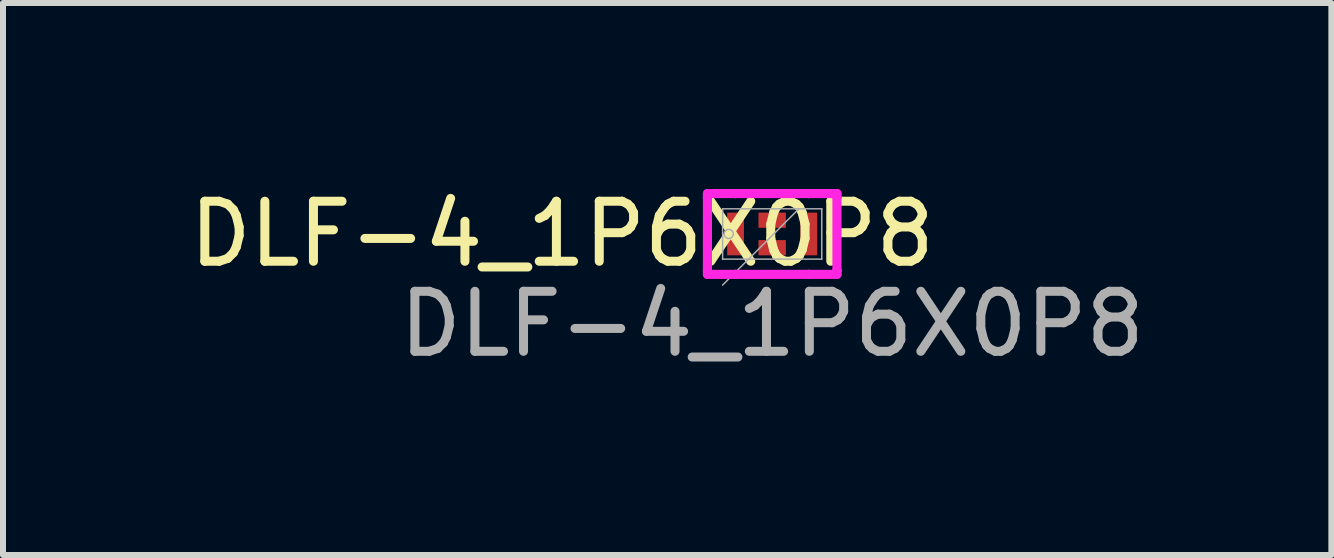
<source format=kicad_pcb>
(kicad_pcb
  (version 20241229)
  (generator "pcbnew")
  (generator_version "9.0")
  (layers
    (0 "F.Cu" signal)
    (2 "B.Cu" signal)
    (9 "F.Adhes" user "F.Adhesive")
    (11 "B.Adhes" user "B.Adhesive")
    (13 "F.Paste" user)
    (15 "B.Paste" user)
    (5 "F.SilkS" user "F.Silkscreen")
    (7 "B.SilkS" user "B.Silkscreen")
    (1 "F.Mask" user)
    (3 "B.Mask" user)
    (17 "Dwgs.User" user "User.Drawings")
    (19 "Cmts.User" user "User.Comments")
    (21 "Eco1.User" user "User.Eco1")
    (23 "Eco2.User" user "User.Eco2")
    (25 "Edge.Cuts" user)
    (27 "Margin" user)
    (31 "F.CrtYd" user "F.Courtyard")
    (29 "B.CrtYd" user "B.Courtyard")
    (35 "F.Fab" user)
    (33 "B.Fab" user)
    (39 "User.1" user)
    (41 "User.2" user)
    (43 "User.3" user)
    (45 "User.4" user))
  (footprint "DLF-4_1P6X0P8"
    (layer "F.Cu")
    (at 9.815 0.848)
    (property "Reference" "DLF-4_1P6X0P8" (at -3.5 0 0) (unlocked yes) (layer "F.SilkS") (effects (font (size 1 1) (thickness 0.15))))
    (attr smd)
    (fp_line (start -1.079 -0.673) (end -0.61 -0.673) (stroke (width 0.152) (type solid)) (layer "F.CrtYd"))
    (fp_line (start -1.079 -0.61) (end -1.079 -0.673) (stroke (width 0.152) (type solid)) (layer "F.CrtYd"))
    (fp_line (start -1.079 -0.61) (end -1.079 -0.61) (stroke (width 0.152) (type solid)) (layer "F.CrtYd"))
    (fp_line (start -1.079 0.61) (end -1.079 -0.61) (stroke (width 0.152) (type solid)) (layer "F.CrtYd"))
    (fp_line (start -1.079 0.61) (end -1.079 0.61) (stroke (width 0.152) (type solid)) (layer "F.CrtYd"))
    (fp_line (start -1.079 0.673) (end -1.079 0.61) (stroke (width 0.152) (type solid)) (layer "F.CrtYd"))
    (fp_line (start -0.61 -0.673) (end -0.61 -0.673) (stroke (width 0.152) (type solid)) (layer "F.CrtYd"))
    (fp_line (start -0.61 -0.673) (end 0.61 -0.673) (stroke (width 0.152) (type solid)) (layer "F.CrtYd"))
    (fp_line (start -0.61 0.673) (end -1.079 0.673) (stroke (width 0.152) (type solid)) (layer "F.CrtYd"))
    (fp_line (start -0.61 0.673) (end -0.61 0.673) (stroke (width 0.152) (type solid)) (layer "F.CrtYd"))
    (fp_line (start 0.61 -0.673) (end 0.61 -0.673) (stroke (width 0.152) (type solid)) (layer "F.CrtYd"))
    (fp_line (start 0.61 -0.673) (end 1.079 -0.673) (stroke (width 0.152) (type solid)) (layer "F.CrtYd"))
    (fp_line (start 0.61 0.673) (end -0.61 0.673) (stroke (width 0.152) (type solid)) (layer "F.CrtYd"))
    (fp_line (start 0.61 0.673) (end 0.61 0.673) (stroke (width 0.152) (type solid)) (layer "F.CrtYd"))
    (fp_line (start 1.079 -0.673) (end 1.079 -0.61) (stroke (width 0.152) (type solid)) (layer "F.CrtYd"))
    (fp_line (start 1.079 -0.61) (end 1.079 -0.61) (stroke (width 0.152) (type solid)) (layer "F.CrtYd"))
    (fp_line (start 1.079 -0.61) (end 1.079 0.61) (stroke (width 0.152) (type solid)) (layer "F.CrtYd"))
    (fp_line (start 1.079 0.61) (end 1.079 0.61) (stroke (width 0.152) (type solid)) (layer "F.CrtYd"))
    (fp_line (start 1.079 0.61) (end 1.079 0.673) (stroke (width 0.152) (type solid)) (layer "F.CrtYd"))
    (fp_line (start 1.079 0.673) (end 0.61 0.673) (stroke (width 0.152) (type solid)) (layer "F.CrtYd"))
    (fp_line (start -0.826 -0.419) (end -0.826 0.419) (stroke (width 0.025) (type solid)) (layer "F.Fab"))
    (fp_line (start -0.826 0.419) (end 0.826 0.419) (stroke (width 0.025) (type solid)) (layer "F.Fab"))
    (fp_line (start -0.826 0.851) (end 0.445 -0.419) (stroke (width 0.025) (type solid)) (layer "F.Fab"))
    (fp_line (start 0.826 -0.419) (end -0.826 -0.419) (stroke (width 0.025) (type solid)) (layer "F.Fab"))
    (fp_line (start 0.826 0.419) (end 0.826 -0.419) (stroke (width 0.025) (type solid)) (layer "F.Fab"))
    (fp_circle (center -0.724 0) (end -0.648 0) (stroke (width 0.025) (type solid)) (fill no) (layer "F.Fab"))
    (fp_text user "${REFERENCE}" (at 0 1.5 0) (unlocked yes) (layer "F.Fab") (effects (font (size 1 1) (thickness 0.15))))
    (pad "1" smd rect (at -0.61 0) (size 0.279 0.711) (layers "F.Cu" "F.Mask" "F.Paste"))
    (pad "2" smd rect (at 0 -0.229 90) (size 0.254 0.457) (layers "F.Cu" "F.Mask" "F.Paste"))
    (pad "3" smd rect (at 0.61 0) (size 0.279 0.711) (layers "F.Cu" "F.Mask" "F.Paste"))
    (pad "4" smd rect (at 0 0.229 90) (size 0.254 0.457) (layers "F.Cu" "F.Mask" "F.Paste")))
  (gr_rect
    (start -3 -3)
    (end 19.131 6.197)
    (stroke (width 0.1) (type default))
    (fill no)
    (layer "Edge.Cuts")))
</source>
